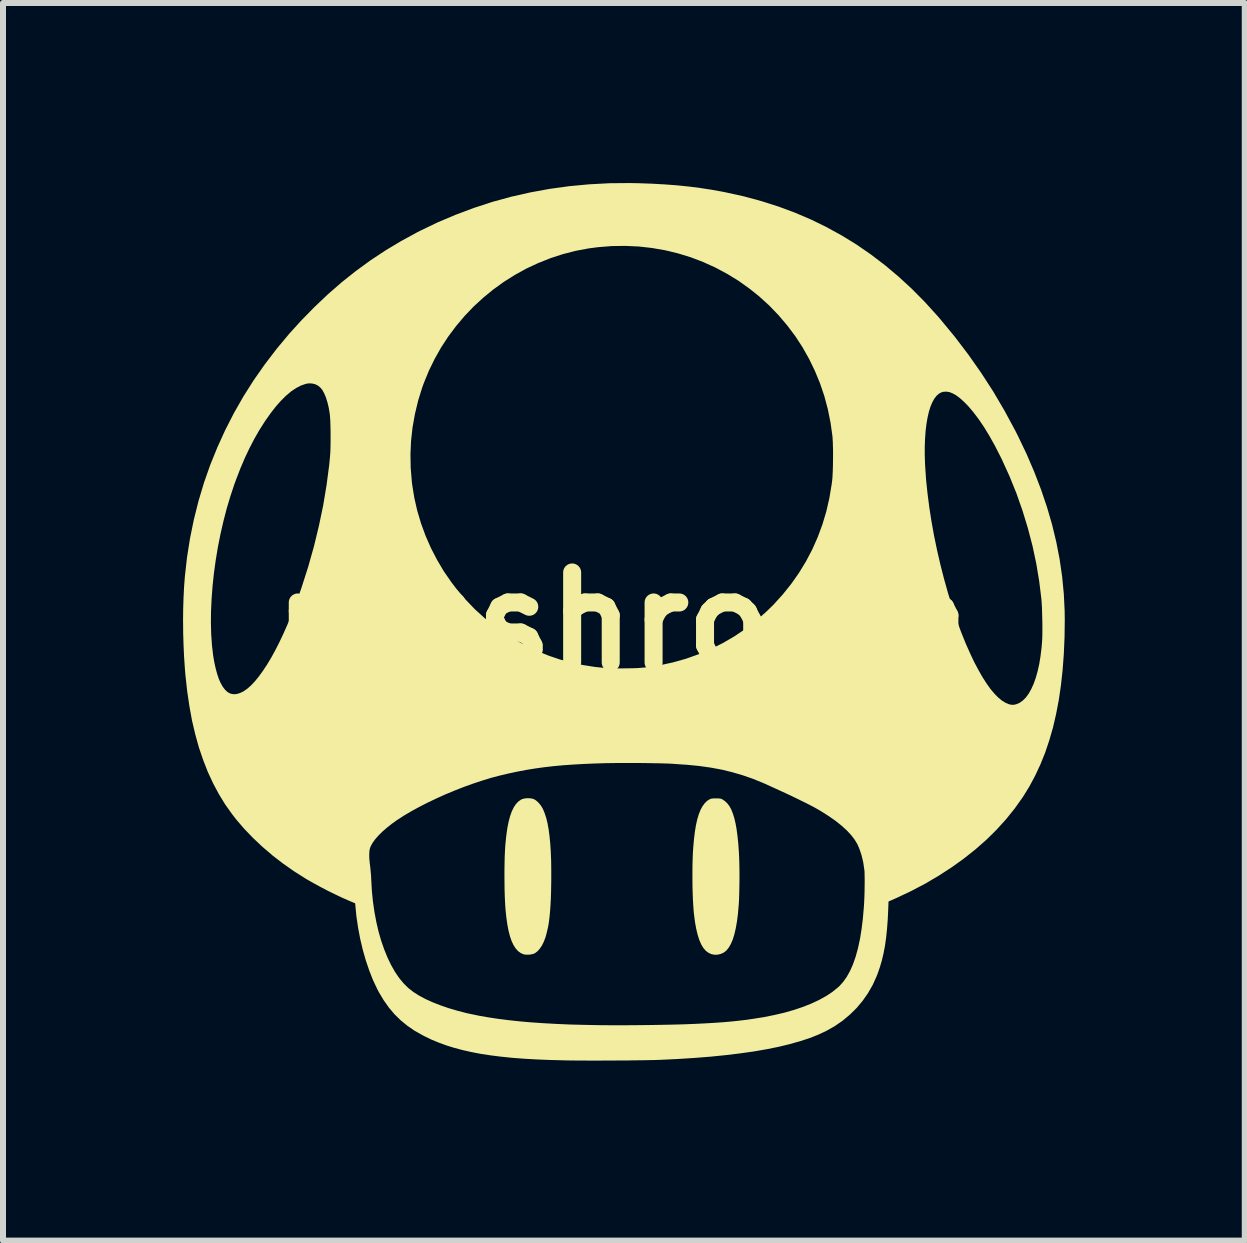
<source format=kicad_pcb>
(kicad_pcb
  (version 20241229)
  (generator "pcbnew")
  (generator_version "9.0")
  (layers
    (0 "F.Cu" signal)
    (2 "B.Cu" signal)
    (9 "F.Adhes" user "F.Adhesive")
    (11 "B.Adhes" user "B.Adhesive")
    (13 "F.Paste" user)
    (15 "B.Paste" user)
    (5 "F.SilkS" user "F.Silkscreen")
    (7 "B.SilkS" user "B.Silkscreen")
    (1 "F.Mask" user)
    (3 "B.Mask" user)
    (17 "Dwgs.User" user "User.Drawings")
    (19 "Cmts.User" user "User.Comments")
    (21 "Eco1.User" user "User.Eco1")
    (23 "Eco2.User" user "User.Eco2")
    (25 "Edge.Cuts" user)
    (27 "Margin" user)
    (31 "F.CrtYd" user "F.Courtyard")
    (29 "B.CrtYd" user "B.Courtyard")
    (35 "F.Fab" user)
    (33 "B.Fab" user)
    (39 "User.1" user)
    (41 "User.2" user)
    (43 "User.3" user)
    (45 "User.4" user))
  (footprint "mushroom"
    (layer "F.Cu")
    (at 7.34 7.31)
    (property "Reference" "mushroom" (at 0 0 0) (layer "F.SilkS") (effects (font (size 1.5 1.5) (thickness 0.3))))
    (attr board_only exclude_from_pos_files exclude_from_bom)
    (fp_poly (pts (xy -1.55 2.942) (xy -1.508 2.95) (xy -1.505 2.951) (xy -1.47 2.969) (xy -1.433 2.999) (xy -1.397 3.037) (xy -1.365 3.082) (xy -1.343 3.121) (xy -1.315 3.189) (xy -1.289 3.268) (xy -1.267 3.358) (xy -1.249 3.459) (xy -1.234 3.571) (xy -1.222 3.696) (xy -1.213 3.833) (xy -1.207 3.984) (xy -1.205 4.147) (xy -1.205 4.325) (xy -1.206 4.354) (xy -1.208 4.49) (xy -1.212 4.614) (xy -1.218 4.725) (xy -1.225 4.826) (xy -1.234 4.918) (xy -1.244 5.001) (xy -1.257 5.079) (xy -1.273 5.15) (xy -1.29 5.218) (xy -1.302 5.259) (xy -1.329 5.33) (xy -1.36 5.393) (xy -1.396 5.447) (xy -1.435 5.49) (xy -1.476 5.521) (xy -1.492 5.529) (xy -1.526 5.539) (xy -1.567 5.546) (xy -1.61 5.547) (xy -1.649 5.544) (xy -1.668 5.54) (xy -1.716 5.518) (xy -1.759 5.486) (xy -1.798 5.443) (xy -1.833 5.388) (xy -1.865 5.322) (xy -1.892 5.243) (xy -1.916 5.152) (xy -1.936 5.048) (xy -1.953 4.93) (xy -1.965 4.817) (xy -1.971 4.743) (xy -1.976 4.656) (xy -1.98 4.561) (xy -1.983 4.458) (xy -1.984 4.35) (xy -1.985 4.24) (xy -1.985 4.131) (xy -1.983 4.024) (xy -1.981 3.922) (xy -1.977 3.829) (xy -1.972 3.745) (xy -1.969 3.705) (xy -1.955 3.568) (xy -1.938 3.446) (xy -1.917 3.337) (xy -1.892 3.242) (xy -1.863 3.16) (xy -1.83 3.092) (xy -1.793 3.036) (xy -1.752 2.993) (xy -1.706 2.962) (xy -1.685 2.953) (xy -1.645 2.943) (xy -1.598 2.939)) (stroke (width 0) (type solid)) (fill yes) (layer "F.SilkS"))
    (fp_poly (pts (xy 1.575 2.943) (xy 1.601 2.945) (xy 1.621 2.948) (xy 1.637 2.954) (xy 1.646 2.959) (xy 1.688 2.987) (xy 1.727 3.024) (xy 1.762 3.07) (xy 1.793 3.125) (xy 1.82 3.192) (xy 1.844 3.269) (xy 1.865 3.357) (xy 1.883 3.457) (xy 1.898 3.57) (xy 1.911 3.696) (xy 1.921 3.835) (xy 1.926 3.938) (xy 1.928 4.011) (xy 1.93 4.095) (xy 1.931 4.185) (xy 1.931 4.279) (xy 1.93 4.375) (xy 1.928 4.469) (xy 1.926 4.557) (xy 1.923 4.638) (xy 1.919 4.707) (xy 1.918 4.718) (xy 1.906 4.86) (xy 1.89 4.988) (xy 1.87 5.103) (xy 1.847 5.203) (xy 1.82 5.291) (xy 1.789 5.365) (xy 1.754 5.426) (xy 1.715 5.475) (xy 1.673 5.509) (xy 1.623 5.533) (xy 1.569 5.546) (xy 1.514 5.548) (xy 1.462 5.537) (xy 1.461 5.537) (xy 1.413 5.514) (xy 1.372 5.484) (xy 1.335 5.442) (xy 1.326 5.43) (xy 1.292 5.372) (xy 1.261 5.3) (xy 1.234 5.214) (xy 1.21 5.115) (xy 1.19 5.004) (xy 1.174 4.88) (xy 1.167 4.813) (xy 1.161 4.725) (xy 1.155 4.626) (xy 1.151 4.518) (xy 1.148 4.404) (xy 1.147 4.286) (xy 1.147 4.169) (xy 1.148 4.055) (xy 1.151 3.946) (xy 1.155 3.846) (xy 1.16 3.77) (xy 1.172 3.631) (xy 1.187 3.505) (xy 1.205 3.393) (xy 1.227 3.294) (xy 1.253 3.208) (xy 1.282 3.134) (xy 1.315 3.073) (xy 1.352 3.023) (xy 1.392 2.984) (xy 1.423 2.964) (xy 1.442 2.954) (xy 1.458 2.948) (xy 1.477 2.945) (xy 1.501 2.943) (xy 1.535 2.943) (xy 1.539 2.943)) (stroke (width 0) (type solid)) (fill yes) (layer "F.SilkS"))
    (fp_poly (pts (xy 0.259 -7.307) (xy 0.481 -7.299) (xy 0.691 -7.287) (xy 0.892 -7.272) (xy 1.086 -7.252) (xy 1.275 -7.228) (xy 1.463 -7.199) (xy 1.652 -7.165) (xy 1.706 -7.154) (xy 2.006 -7.088) (xy 2.296 -7.009) (xy 2.579 -6.919) (xy 2.854 -6.817) (xy 3.121 -6.703) (xy 3.381 -6.576) (xy 3.634 -6.437) (xy 3.88 -6.286) (xy 4.119 -6.121) (xy 4.352 -5.944) (xy 4.579 -5.753) (xy 4.8 -5.55) (xy 5.015 -5.333) (xy 5.225 -5.102) (xy 5.276 -5.043) (xy 5.516 -4.752) (xy 5.743 -4.454) (xy 5.957 -4.149) (xy 6.159 -3.837) (xy 6.347 -3.517) (xy 6.523 -3.191) (xy 6.573 -3.092) (xy 6.715 -2.795) (xy 6.842 -2.499) (xy 6.955 -2.205) (xy 7.054 -1.913) (xy 7.139 -1.622) (xy 7.209 -1.332) (xy 7.265 -1.043) (xy 7.307 -0.754) (xy 7.335 -0.466) (xy 7.349 -0.178) (xy 7.351 -0.033) (xy 7.347 0.258) (xy 7.335 0.537) (xy 7.315 0.804) (xy 7.287 1.06) (xy 7.251 1.305) (xy 7.206 1.54) (xy 7.154 1.764) (xy 7.092 1.978) (xy 7.023 2.183) (xy 6.944 2.379) (xy 6.857 2.565) (xy 6.762 2.743) (xy 6.657 2.913) (xy 6.647 2.928) (xy 6.516 3.112) (xy 6.372 3.291) (xy 6.215 3.464) (xy 6.046 3.631) (xy 5.864 3.791) (xy 5.67 3.945) (xy 5.465 4.092) (xy 5.249 4.232) (xy 5.023 4.365) (xy 4.786 4.489) (xy 4.539 4.606) (xy 4.524 4.612) (xy 4.414 4.661) (xy 4.409 4.797) (xy 4.401 4.966) (xy 4.389 5.122) (xy 4.374 5.266) (xy 4.355 5.4) (xy 4.331 5.526) (xy 4.303 5.644) (xy 4.27 5.756) (xy 4.233 5.863) (xy 4.218 5.902) (xy 4.152 6.048) (xy 4.074 6.185) (xy 3.984 6.314) (xy 3.883 6.435) (xy 3.771 6.545) (xy 3.649 6.647) (xy 3.517 6.738) (xy 3.375 6.818) (xy 3.238 6.882) (xy 3.095 6.938) (xy 2.938 6.989) (xy 2.767 7.037) (xy 2.582 7.082) (xy 2.383 7.122) (xy 2.17 7.159) (xy 1.943 7.191) (xy 1.703 7.22) (xy 1.448 7.246) (xy 1.18 7.267) (xy 0.899 7.285) (xy 0.604 7.299) (xy 0.572 7.3) (xy 0.516 7.302) (xy 0.447 7.303) (xy 0.366 7.305) (xy 0.276 7.306) (xy 0.178 7.307) (xy 0.073 7.309) (xy -0.036 7.309) (xy -0.149 7.31) (xy -0.263 7.31) (xy -0.377 7.311) (xy -0.49 7.311) (xy -0.598 7.311) (xy -0.702 7.31) (xy -0.8 7.31) (xy -0.889 7.309) (xy -0.968 7.308) (xy -0.992 7.307) (xy -1.227 7.301) (xy -1.45 7.292) (xy -1.659 7.28) (xy -1.856 7.265) (xy -2.041 7.246) (xy -2.216 7.224) (xy -2.381 7.199) (xy -2.536 7.169) (xy -2.683 7.136) (xy -2.822 7.099) (xy -2.954 7.058) (xy -3.079 7.012) (xy -3.198 6.963) (xy -3.312 6.908) (xy -3.347 6.89) (xy -3.482 6.814) (xy -3.604 6.73) (xy -3.716 6.638) (xy -3.819 6.537) (xy -3.912 6.426) (xy -3.998 6.304) (xy -4.078 6.17) (xy -4.107 6.114) (xy -4.176 5.968) (xy -4.238 5.81) (xy -4.295 5.642) (xy -4.345 5.467) (xy -4.388 5.285) (xy -4.423 5.1) (xy -4.451 4.912) (xy -4.467 4.75) (xy -4.472 4.691) (xy -4.59 4.641) (xy -4.698 4.593) (xy -4.814 4.538) (xy -4.934 4.479) (xy -5.054 4.416) (xy -5.171 4.352) (xy -5.28 4.29) (xy -5.298 4.279) (xy -5.489 4.158) (xy -5.673 4.029) (xy -5.85 3.893) (xy -5.872 3.873) (xy -4.238 3.873) (xy -4.237 3.939) (xy -4.23 4.015) (xy -4.223 4.069) (xy -4.218 4.115) (xy -4.213 4.17) (xy -4.208 4.228) (xy -4.205 4.283) (xy -4.204 4.303) (xy -4.194 4.484) (xy -4.176 4.662) (xy -4.151 4.835) (xy -4.12 5.001) (xy -4.083 5.161) (xy -4.039 5.314) (xy -3.989 5.458) (xy -3.934 5.593) (xy -3.874 5.718) (xy -3.809 5.833) (xy -3.739 5.936) (xy -3.664 6.026) (xy -3.586 6.103) (xy -3.583 6.105) (xy -3.504 6.167) (xy -3.412 6.226) (xy -3.306 6.283) (xy -3.188 6.337) (xy -3.059 6.388) (xy -2.92 6.436) (xy -2.771 6.48) (xy -2.613 6.521) (xy -2.447 6.556) (xy -2.414 6.563) (xy -2.259 6.59) (xy -2.095 6.615) (xy -1.922 6.637) (xy -1.738 6.657) (xy -1.545 6.674) (xy -1.341 6.688) (xy -1.125 6.7) (xy -0.898 6.71) (xy -0.659 6.716) (xy -0.407 6.721) (xy -0.143 6.723) (xy 0.135 6.722) (xy 0.427 6.719) (xy 0.611 6.716) (xy 0.814 6.712) (xy 1.003 6.707) (xy 1.18 6.7) (xy 1.345 6.692) (xy 1.501 6.683) (xy 1.648 6.673) (xy 1.787 6.661) (xy 1.919 6.647) (xy 2.046 6.632) (xy 2.168 6.614) (xy 2.287 6.595) (xy 2.326 6.589) (xy 2.507 6.553) (xy 2.679 6.513) (xy 2.84 6.467) (xy 2.991 6.416) (xy 3.131 6.36) (xy 3.259 6.3) (xy 3.375 6.236) (xy 3.479 6.167) (xy 3.568 6.095) (xy 3.594 6.072) (xy 3.659 6) (xy 3.719 5.915) (xy 3.774 5.816) (xy 3.823 5.705) (xy 3.867 5.579) (xy 3.905 5.441) (xy 3.938 5.289) (xy 3.965 5.123) (xy 3.987 4.944) (xy 4.003 4.758) (xy 4.007 4.701) (xy 4.01 4.636) (xy 4.013 4.567) (xy 4.015 4.495) (xy 4.016 4.423) (xy 4.017 4.354) (xy 4.017 4.289) (xy 4.016 4.23) (xy 4.015 4.181) (xy 4.013 4.143) (xy 4.011 4.131) (xy 3.993 4.007) (xy 3.965 3.89) (xy 3.929 3.783) (xy 3.895 3.705) (xy 3.85 3.63) (xy 3.791 3.553) (xy 3.718 3.475) (xy 3.631 3.396) (xy 3.532 3.317) (xy 3.419 3.238) (xy 3.294 3.159) (xy 3.198 3.103) (xy 3.152 3.078) (xy 3.094 3.048) (xy 3.027 3.014) (xy 2.951 2.977) (xy 2.87 2.937) (xy 2.785 2.896) (xy 2.697 2.855) (xy 2.608 2.814) (xy 2.521 2.774) (xy 2.437 2.736) (xy 2.358 2.7) (xy 2.323 2.685) (xy 2.154 2.616) (xy 1.984 2.557) (xy 1.813 2.507) (xy 1.637 2.464) (xy 1.454 2.43) (xy 1.263 2.403) (xy 1.062 2.383) (xy 0.984 2.378) (xy 0.941 2.375) (xy 0.897 2.372) (xy 0.859 2.369) (xy 0.83 2.367) (xy 0.822 2.366) (xy 0.783 2.364) (xy 0.732 2.362) (xy 0.669 2.36) (xy 0.597 2.358) (xy 0.517 2.357) (xy 0.431 2.355) (xy 0.342 2.354) (xy 0.25 2.353) (xy 0.157 2.353) (xy 0.065 2.353) (xy -0.023 2.353) (xy -0.107 2.353) (xy -0.185 2.354) (xy -0.254 2.355) (xy -0.272 2.355) (xy -0.474 2.361) (xy -0.664 2.369) (xy -0.843 2.379) (xy -1.012 2.391) (xy -1.173 2.406) (xy -1.328 2.424) (xy -1.478 2.445) (xy -1.626 2.469) (xy -1.772 2.497) (xy -1.918 2.528) (xy -2.054 2.56) (xy -2.199 2.598) (xy -2.35 2.644) (xy -2.504 2.695) (xy -2.66 2.751) (xy -2.816 2.812) (xy -2.971 2.877) (xy -3.122 2.945) (xy -3.269 3.015) (xy -3.409 3.087) (xy -3.541 3.159) (xy -3.664 3.232) (xy -3.775 3.304) (xy -3.855 3.361) (xy -3.939 3.427) (xy -4.015 3.493) (xy -4.081 3.558) (xy -4.136 3.62) (xy -4.179 3.679) (xy -4.211 3.735) (xy -4.227 3.777) (xy -4.235 3.819) (xy -4.238 3.873) (xy -5.872 3.873) (xy -6.017 3.75) (xy -6.175 3.601) (xy -6.321 3.449) (xy -6.455 3.293) (xy -6.523 3.205) (xy -6.638 3.043) (xy -6.743 2.872) (xy -6.839 2.692) (xy -6.927 2.502) (xy -7.005 2.303) (xy -7.076 2.094) (xy -7.137 1.874) (xy -7.191 1.644) (xy -7.235 1.402) (xy -7.272 1.149) (xy -7.301 0.884) (xy -7.31 0.773) (xy -7.323 0.581) (xy -7.332 0.384) (xy -7.338 0.184) (xy -7.339 0.019) (xy -6.876 0.019) (xy -6.871 0.211) (xy -6.858 0.394) (xy -6.84 0.551) (xy -6.821 0.666) (xy -6.798 0.772) (xy -6.772 0.868) (xy -6.744 0.952) (xy -6.715 1.017) (xy -6.678 1.083) (xy -6.638 1.135) (xy -6.596 1.173) (xy -6.55 1.197) (xy -6.501 1.207) (xy -6.448 1.204) (xy -6.393 1.188) (xy -6.334 1.16) (xy -6.272 1.117) (xy -6.208 1.061) (xy -6.143 0.992) (xy -6.077 0.911) (xy -6.009 0.817) (xy -5.94 0.713) (xy -5.871 0.598) (xy -5.802 0.472) (xy -5.733 0.336) (xy -5.665 0.192) (xy -5.597 0.038) (xy -5.53 -0.124) (xy -5.464 -0.294) (xy -5.4 -0.471) (xy -5.366 -0.569) (xy -5.256 -0.913) (xy -5.159 -1.257) (xy -5.076 -1.6) (xy -5.005 -1.94) (xy -4.949 -2.277) (xy -4.905 -2.611) (xy -4.892 -2.746) (xy -4.889 -2.791) (xy -3.551 -2.791) (xy -3.547 -2.563) (xy -3.528 -2.334) (xy -3.522 -2.283) (xy -3.487 -2.066) (xy -3.438 -1.851) (xy -3.375 -1.64) (xy -3.299 -1.432) (xy -3.21 -1.229) (xy -3.108 -1.032) (xy -2.995 -0.841) (xy -2.869 -0.659) (xy -2.786 -0.55) (xy -2.637 -0.375) (xy -2.481 -0.212) (xy -2.315 -0.061) (xy -2.141 0.078) (xy -1.958 0.206) (xy -1.766 0.323) (xy -1.604 0.409) (xy -1.425 0.493) (xy -1.244 0.566) (xy -1.061 0.628) (xy -0.874 0.679) (xy -0.681 0.72) (xy -0.48 0.752) (xy -0.269 0.774) (xy -0.252 0.776) (xy -0.235 0.776) (xy -0.206 0.777) (xy -0.167 0.777) (xy -0.12 0.777) (xy -0.067 0.777) (xy -0.009 0.777) (xy 0.015 0.776) (xy 0.092 0.775) (xy 0.158 0.774) (xy 0.215 0.772) (xy 0.266 0.769) (xy 0.313 0.765) (xy 0.36 0.761) (xy 0.375 0.759) (xy 0.601 0.725) (xy 0.822 0.677) (xy 1.039 0.616) (xy 1.25 0.541) (xy 1.456 0.454) (xy 1.655 0.354) (xy 1.847 0.242) (xy 2.032 0.118) (xy 2.209 -0.019) (xy 2.377 -0.167) (xy 2.498 -0.285) (xy 2.652 -0.455) (xy 2.794 -0.632) (xy 2.923 -0.816) (xy 3.04 -1.008) (xy 3.144 -1.206) (xy 3.235 -1.411) (xy 3.313 -1.622) (xy 3.378 -1.839) (xy 3.429 -2.062) (xy 3.467 -2.291) (xy 3.476 -2.359) (xy 3.48 -2.403) (xy 3.483 -2.459) (xy 3.486 -2.524) (xy 3.488 -2.596) (xy 3.489 -2.672) (xy 3.49 -2.751) (xy 3.49 -2.828) (xy 3.489 -2.902) (xy 3.488 -2.917) (xy 5.018 -2.917) (xy 5.018 -2.774) (xy 5.023 -2.624) (xy 5.025 -2.589) (xy 5.04 -2.367) (xy 5.064 -2.138) (xy 5.094 -1.905) (xy 5.131 -1.668) (xy 5.174 -1.429) (xy 5.224 -1.189) (xy 5.279 -0.951) (xy 5.339 -0.716) (xy 5.404 -0.484) (xy 5.473 -0.259) (xy 5.546 -0.04) (xy 5.623 0.169) (xy 5.703 0.368) (xy 5.787 0.555) (xy 5.842 0.671) (xy 5.912 0.803) (xy 5.98 0.922) (xy 6.048 1.028) (xy 6.114 1.121) (xy 6.18 1.199) (xy 6.244 1.264) (xy 6.307 1.315) (xy 6.368 1.352) (xy 6.413 1.371) (xy 6.451 1.381) (xy 6.482 1.384) (xy 6.512 1.381) (xy 6.542 1.374) (xy 6.599 1.35) (xy 6.652 1.312) (xy 6.703 1.261) (xy 6.75 1.197) (xy 6.793 1.12) (xy 6.833 1.032) (xy 6.868 0.933) (xy 6.899 0.823) (xy 6.926 0.702) (xy 6.947 0.572) (xy 6.964 0.433) (xy 6.972 0.338) (xy 6.975 0.289) (xy 6.977 0.228) (xy 6.978 0.159) (xy 6.978 0.082) (xy 6.977 0.002) (xy 6.975 -0.079) (xy 6.973 -0.158) (xy 6.971 -0.233) (xy 6.967 -0.3) (xy 6.963 -0.358) (xy 6.961 -0.383) (xy 6.925 -0.676) (xy 6.876 -0.971) (xy 6.813 -1.266) (xy 6.736 -1.56) (xy 6.647 -1.851) (xy 6.546 -2.139) (xy 6.432 -2.421) (xy 6.307 -2.696) (xy 6.279 -2.753) (xy 6.189 -2.929) (xy 6.099 -3.091) (xy 6.009 -3.239) (xy 5.919 -3.372) (xy 5.83 -3.49) (xy 5.742 -3.594) (xy 5.669 -3.668) (xy 5.602 -3.728) (xy 5.54 -3.774) (xy 5.481 -3.807) (xy 5.426 -3.828) (xy 5.374 -3.835) (xy 5.323 -3.831) (xy 5.301 -3.825) (xy 5.256 -3.802) (xy 5.215 -3.766) (xy 5.177 -3.717) (xy 5.143 -3.655) (xy 5.112 -3.581) (xy 5.086 -3.496) (xy 5.064 -3.4) (xy 5.046 -3.293) (xy 5.032 -3.177) (xy 5.023 -3.051) (xy 5.018 -2.917) (xy 3.488 -2.917) (xy 3.487 -2.97) (xy 3.484 -3.03) (xy 3.481 -3.078) (xy 3.48 -3.092) (xy 3.448 -3.319) (xy 3.403 -3.542) (xy 3.345 -3.76) (xy 3.273 -3.973) (xy 3.188 -4.179) (xy 3.091 -4.38) (xy 2.982 -4.573) (xy 2.861 -4.759) (xy 2.727 -4.937) (xy 2.583 -5.107) (xy 2.427 -5.269) (xy 2.26 -5.421) (xy 2.1 -5.549) (xy 1.917 -5.68) (xy 1.726 -5.797) (xy 1.53 -5.902) (xy 1.327 -5.994) (xy 1.12 -6.073) (xy 0.908 -6.138) (xy 0.693 -6.19) (xy 0.474 -6.228) (xy 0.253 -6.253) (xy 0.029 -6.263) (xy -0.196 -6.26) (xy -0.422 -6.242) (xy -0.583 -6.221) (xy -0.801 -6.18) (xy -1.014 -6.125) (xy -1.222 -6.057) (xy -1.425 -5.976) (xy -1.622 -5.884) (xy -1.812 -5.779) (xy -1.996 -5.663) (xy -2.172 -5.536) (xy -2.34 -5.398) (xy -2.5 -5.251) (xy -2.65 -5.094) (xy -2.79 -4.928) (xy -2.921 -4.753) (xy -3.04 -4.571) (xy -3.148 -4.38) (xy -3.244 -4.183) (xy -3.328 -3.978) (xy -3.355 -3.904) (xy -3.423 -3.685) (xy -3.476 -3.464) (xy -3.516 -3.241) (xy -3.541 -3.017) (xy -3.551 -2.791) (xy -4.889 -2.791) (xy -4.888 -2.795) (xy -4.885 -2.854) (xy -4.883 -2.922) (xy -4.882 -2.994) (xy -4.882 -3.07) (xy -4.882 -3.146) (xy -4.883 -3.221) (xy -4.885 -3.291) (xy -4.887 -3.355) (xy -4.891 -3.41) (xy -4.894 -3.453) (xy -4.896 -3.464) (xy -4.912 -3.564) (xy -4.934 -3.655) (xy -4.959 -3.736) (xy -4.988 -3.806) (xy -5.02 -3.863) (xy -5.046 -3.896) (xy -5.088 -3.933) (xy -5.138 -3.958) (xy -5.194 -3.971) (xy -5.253 -3.972) (xy -5.295 -3.964) (xy -5.374 -3.937) (xy -5.455 -3.895) (xy -5.538 -3.84) (xy -5.622 -3.769) (xy -5.707 -3.685) (xy -5.794 -3.587) (xy -5.881 -3.475) (xy -5.969 -3.35) (xy -5.976 -3.34) (xy -6.067 -3.197) (xy -6.152 -3.049) (xy -6.232 -2.895) (xy -6.309 -2.733) (xy -6.383 -2.56) (xy -6.454 -2.376) (xy -6.487 -2.286) (xy -6.552 -2.09) (xy -6.613 -1.886) (xy -6.667 -1.677) (xy -6.716 -1.464) (xy -6.759 -1.248) (xy -6.795 -1.031) (xy -6.825 -0.814) (xy -6.848 -0.599) (xy -6.864 -0.388) (xy -6.874 -0.181) (xy -6.876 0.019) (xy -7.339 0.019) (xy -7.34 -0.015) (xy -7.338 -0.211) (xy -7.332 -0.401) (xy -7.323 -0.582) (xy -7.31 -0.751) (xy -7.274 -1.073) (xy -7.224 -1.39) (xy -7.16 -1.703) (xy -7.083 -2.011) (xy -6.992 -2.315) (xy -6.887 -2.614) (xy -6.768 -2.907) (xy -6.637 -3.195) (xy -6.492 -3.478) (xy -6.334 -3.755) (xy -6.163 -4.025) (xy -5.978 -4.289) (xy -5.781 -4.547) (xy -5.572 -4.798) (xy -5.373 -5.017) (xy -5.15 -5.245) (xy -4.924 -5.459) (xy -4.693 -5.66) (xy -4.456 -5.848) (xy -4.213 -6.025) (xy -3.963 -6.19) (xy -3.706 -6.344) (xy -3.44 -6.489) (xy -3.395 -6.512) (xy -3.1 -6.654) (xy -2.8 -6.781) (xy -2.496 -6.895) (xy -2.187 -6.996) (xy -1.873 -7.082) (xy -1.555 -7.154) (xy -1.232 -7.213) (xy -0.905 -7.258) (xy -0.573 -7.289) (xy -0.236 -7.307) (xy 0.106 -7.31)) (stroke (width 0) (type solid)) (fill yes) (layer "F.SilkS")))
  (gr_rect
    (start -3 -3)
    (end 17.69 17.621)
    (stroke (width 0.1) (type default))
    (fill no)
    (layer "Edge.Cuts")))
</source>
